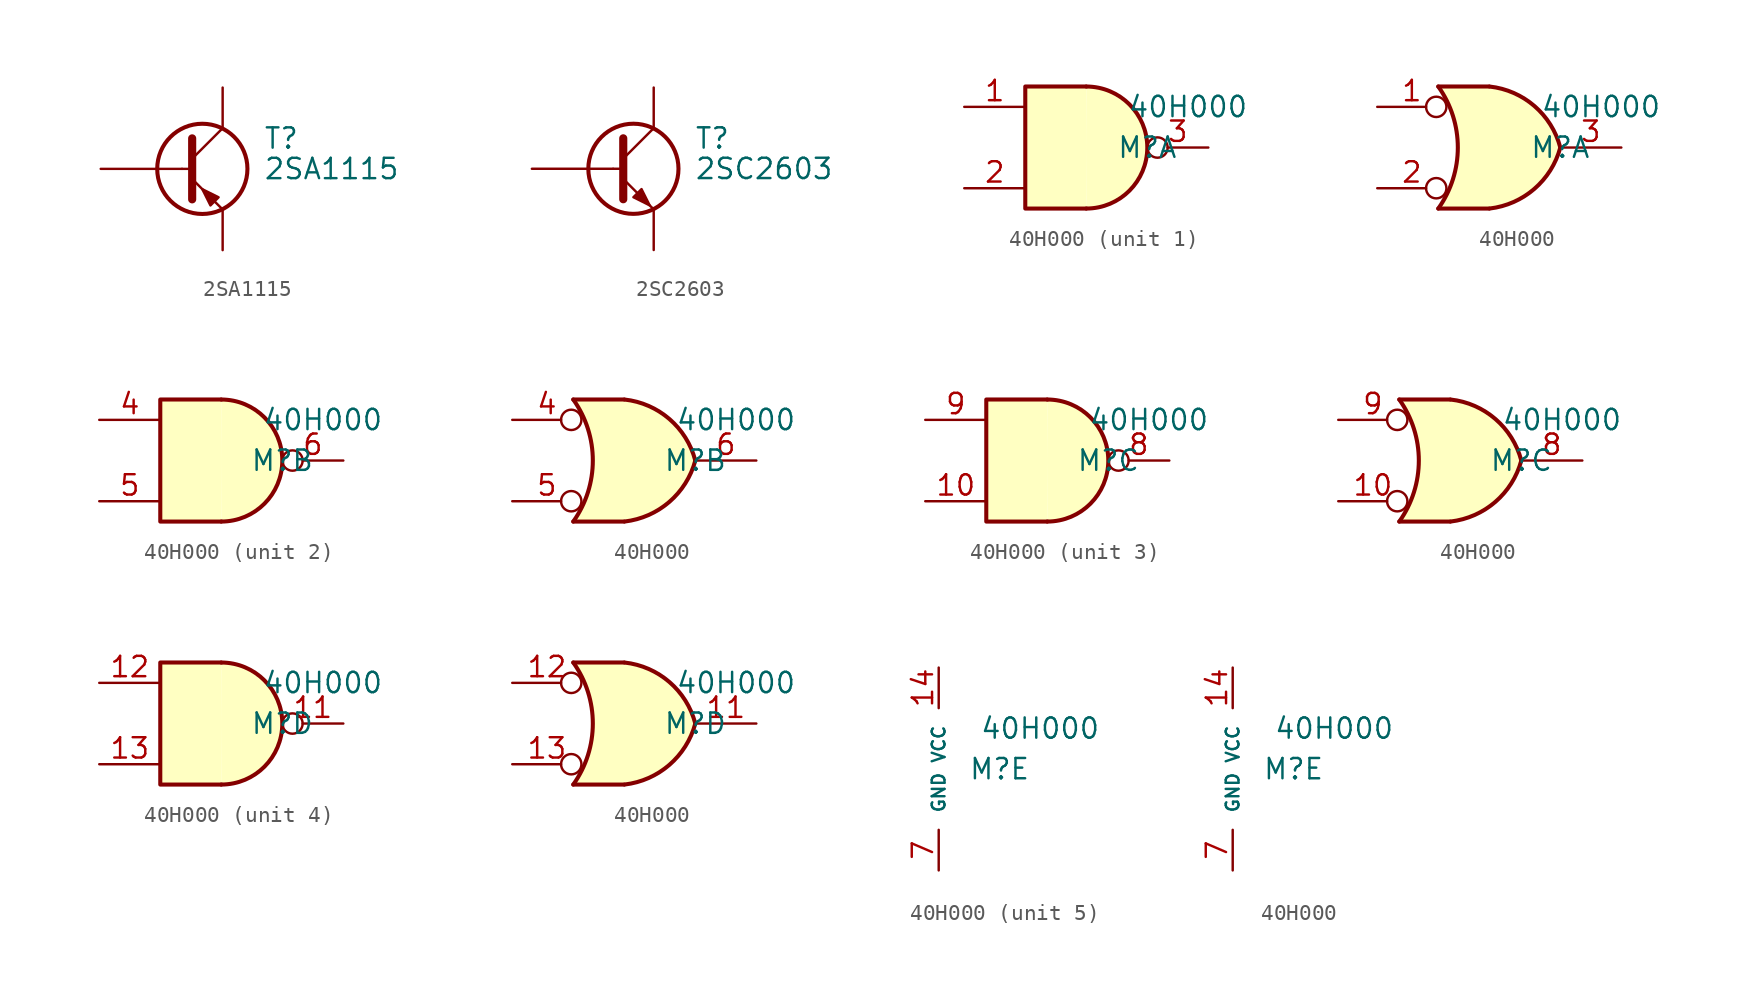
<source format=kicad_sym>
(kicad_symbol_lib
  (version 20211014)
  (generator kicad_symbol_editor)
  (symbol "2SA1115"
    (pin_numbers hide)
    (pin_names
      (offset 0) hide)
    (property "Reference" "T"
      (at 5.08 1.905 0)
      (effects (font (size 1.27 1.27)) (justify left)))
    (property "Value" "2SA1115"
      (at 5.08 0 0)
      (effects (font (size 1.27 1.27)) (justify left)))
    (symbol "2SA1115_0_1"
      (polyline (pts (xy 0 0) (xy 0.635 0)) (stroke (width 0) (type default) (color 0 0 0 0)) (fill (type none)))
      (polyline (pts (xy 2.54 -2.54) (xy 0.635 -0.635)) (stroke (width 0) (type default) (color 0 0 0 0)) (fill (type none)))
      (polyline (pts (xy 2.54 2.54) (xy 0.635 0.635)) (stroke (width 0) (type default) (color 0 0 0 0)) (fill (type none)))
      (polyline (pts (xy 0.635 1.905) (xy 0.635 -1.905) (xy 0.635 -1.905)) (stroke (width 0.508) (type default) (color 0 0 0 0)) (fill (type outline)))
      (polyline (pts (xy 1.778 -2.286) (xy 2.286 -1.778) (xy 1.27 -1.27) (xy 1.778 -2.286) (xy 1.778 -2.286)) (stroke (width 0) (type default) (color 0 0 0 0)) (fill (type outline)))
      (circle (center 1.27 0) (radius 2.819) (stroke (width 0.254) (type default) (color 0 0 0 0)) (fill (type none))))
    (symbol "2SA1115_1_1"
      (pin passive line (at 2.54 -5.08 90) (length 2.54) (name "E" (effects (font (size 1.27 1.27)))) (number "1" (effects (font (size 1.27 1.27)))))
      (pin passive line (at 2.54 5.08 270) (length 2.54) (name "C" (effects (font (size 1.27 1.27)))) (number "2" (effects (font (size 1.27 1.27)))))
      (pin input line (at -5.08 0 0) (length 5.08) (name "B" (effects (font (size 1.27 1.27)))) (number "3" (effects (font (size 1.27 1.27)))))))
  (symbol "2SC2603"
    (pin_numbers hide)
    (pin_names
      (offset 0) hide)
    (property "Reference" "T"
      (at 5.08 1.905 0)
      (effects (font (size 1.27 1.27)) (justify left)))
    (property "Value" "2SC2603"
      (at 5.08 0 0)
      (effects (font (size 1.27 1.27)) (justify left)))
    (symbol "2SC2603_0_1"
      (polyline (pts (xy 0 0) (xy 0.508 0)) (stroke (width 0) (type default) (color 0 0 0 0)) (fill (type none)))
      (polyline (pts (xy 0.635 0.635) (xy 2.54 2.54)) (stroke (width 0) (type default) (color 0 0 0 0)) (fill (type none)))
      (polyline (pts (xy 0.635 -0.635) (xy 2.54 -2.54) (xy 2.54 -2.54)) (stroke (width 0) (type default) (color 0 0 0 0)) (fill (type none)))
      (polyline (pts (xy 0.635 1.905) (xy 0.635 -1.905) (xy 0.635 -1.905)) (stroke (width 0.508) (type default) (color 0 0 0 0)) (fill (type none)))
      (polyline (pts (xy 1.27 -1.778) (xy 1.778 -1.27) (xy 2.286 -2.286) (xy 1.27 -1.778) (xy 1.27 -1.778)) (stroke (width 0) (type default) (color 0 0 0 0)) (fill (type outline)))
      (circle (center 1.27 0) (radius 2.819) (stroke (width 0.254) (type default) (color 0 0 0 0)) (fill (type none))))
    (symbol "2SC2603_1_1"
      (pin passive line (at 2.54 -5.08 90) (length 2.54) (name "E" (effects (font (size 1.27 1.27)))) (number "1" (effects (font (size 1.27 1.27)))))
      (pin passive line (at 2.54 5.08 270) (length 2.54) (name "C" (effects (font (size 1.27 1.27)))) (number "2" (effects (font (size 1.27 1.27)))))
      (pin input line (at -5.08 0 0) (length 5.08) (name "B" (effects (font (size 1.27 1.27)))) (number "3" (effects (font (size 1.27 1.27)))))))
  (symbol "40H000"
    (pin_names
      (offset 1.016))
    (property "Reference" "M"
      (at 3.81 0 0)
      (effects (font (size 1.27 1.27))))
    (property "Value" "40H000"
      (at 6.35 2.54 0)
      (effects (font (size 1.27 1.27))))
    (property "ki_locked" ""
      (at 0 0 0)
      (effects (font (size 1.27 1.27))))
    (symbol "40H000_1_1"
      (arc (start 0 -3.81) (mid 3.81 0) (end 0 3.81) (stroke (width 0.254) (type default) (color 0 0 0 0)) (fill (type background)))
      (polyline (pts (xy 0 3.81) (xy -3.81 3.81) (xy -3.81 -3.81) (xy 0 -3.81)) (stroke (width 0.254) (type default) (color 0 0 0 0)) (fill (type background)))
      (pin input line (at -7.62 2.54 0) (length 3.81) (name "~" (effects (font (size 1.27 1.27)))) (number "1" (effects (font (size 1.27 1.27)))))
      (pin input line (at -7.62 -2.54 0) (length 3.81) (name "~" (effects (font (size 1.27 1.27)))) (number "2" (effects (font (size 1.27 1.27)))))
      (pin output inverted (at 7.62 0 180) (length 3.81) (name "~" (effects (font (size 1.27 1.27)))) (number "3" (effects (font (size 1.27 1.27))))))
    (symbol "40H000_1_2"
      (arc (start -3.81 -3.81) (mid -2.589 0) (end -3.81 3.81) (stroke (width 0.254) (type default) (color 0 0 0 0)) (fill (type none)))
      (arc (start -0.6096 -3.81) (mid 2.1842 -2.5851) (end 3.81 0) (stroke (width 0.254) (type default) (color 0 0 0 0)) (fill (type background)))
      (polyline (pts (xy -3.81 -3.81) (xy -0.635 -3.81)) (stroke (width 0.254) (type default) (color 0 0 0 0)) (fill (type background)))
      (polyline (pts (xy -3.81 3.81) (xy -0.635 3.81)) (stroke (width 0.254) (type default) (color 0 0 0 0)) (fill (type background)))
      (polyline (pts (xy -0.635 3.81) (xy -3.81 3.81) (xy -3.81 3.81) (xy -3.556 3.404) (xy -3.023 2.261) (xy -2.692 1.041) (xy -2.616 -0.254) (xy -2.769 -1.499) (xy -3.175 -2.718) (xy -3.81 -3.81) (xy -3.81 -3.81) (xy -0.635 -3.81)) (stroke (width -25.4) (type default) (color 0 0 0 0)) (fill (type background)))
      (arc (start 3.81 0) (mid 2.1915 2.5936) (end -0.6096 3.81) (stroke (width 0.254) (type default) (color 0 0 0 0)) (fill (type background)))
      (pin input inverted (at -7.62 2.54 0) (length 4.318) (name "~" (effects (font (size 1.27 1.27)))) (number "1" (effects (font (size 1.27 1.27)))))
      (pin input inverted (at -7.62 -2.54 0) (length 4.318) (name "~" (effects (font (size 1.27 1.27)))) (number "2" (effects (font (size 1.27 1.27)))))
      (pin output line (at 7.62 0 180) (length 3.81) (name "~" (effects (font (size 1.27 1.27)))) (number "3" (effects (font (size 1.27 1.27))))))
    (symbol "40H000_2_1"
      (arc (start 0 -3.81) (mid 3.81 0) (end 0 3.81) (stroke (width 0.254) (type default) (color 0 0 0 0)) (fill (type background)))
      (polyline (pts (xy 0 3.81) (xy -3.81 3.81) (xy -3.81 -3.81) (xy 0 -3.81)) (stroke (width 0.254) (type default) (color 0 0 0 0)) (fill (type background)))
      (pin input line (at -7.62 2.54 0) (length 3.81) (name "~" (effects (font (size 1.27 1.27)))) (number "4" (effects (font (size 1.27 1.27)))))
      (pin input line (at -7.62 -2.54 0) (length 3.81) (name "~" (effects (font (size 1.27 1.27)))) (number "5" (effects (font (size 1.27 1.27)))))
      (pin output inverted (at 7.62 0 180) (length 3.81) (name "~" (effects (font (size 1.27 1.27)))) (number "6" (effects (font (size 1.27 1.27))))))
    (symbol "40H000_2_2"
      (arc (start -3.81 -3.81) (mid -2.589 0) (end -3.81 3.81) (stroke (width 0.254) (type default) (color 0 0 0 0)) (fill (type none)))
      (arc (start -0.6096 -3.81) (mid 2.1842 -2.5851) (end 3.81 0) (stroke (width 0.254) (type default) (color 0 0 0 0)) (fill (type background)))
      (polyline (pts (xy -3.81 -3.81) (xy -0.635 -3.81)) (stroke (width 0.254) (type default) (color 0 0 0 0)) (fill (type background)))
      (polyline (pts (xy -3.81 3.81) (xy -0.635 3.81)) (stroke (width 0.254) (type default) (color 0 0 0 0)) (fill (type background)))
      (polyline (pts (xy -0.635 3.81) (xy -3.81 3.81) (xy -3.81 3.81) (xy -3.556 3.404) (xy -3.023 2.261) (xy -2.692 1.041) (xy -2.616 -0.254) (xy -2.769 -1.499) (xy -3.175 -2.718) (xy -3.81 -3.81) (xy -3.81 -3.81) (xy -0.635 -3.81)) (stroke (width -25.4) (type default) (color 0 0 0 0)) (fill (type background)))
      (arc (start 3.81 0) (mid 2.1915 2.5936) (end -0.6096 3.81) (stroke (width 0.254) (type default) (color 0 0 0 0)) (fill (type background)))
      (pin input inverted (at -7.62 2.54 0) (length 4.318) (name "~" (effects (font (size 1.27 1.27)))) (number "4" (effects (font (size 1.27 1.27)))))
      (pin input inverted (at -7.62 -2.54 0) (length 4.318) (name "~" (effects (font (size 1.27 1.27)))) (number "5" (effects (font (size 1.27 1.27)))))
      (pin output line (at 7.62 0 180) (length 3.81) (name "~" (effects (font (size 1.27 1.27)))) (number "6" (effects (font (size 1.27 1.27))))))
    (symbol "40H000_3_1"
      (arc (start 0 -3.81) (mid 3.81 0) (end 0 3.81) (stroke (width 0.254) (type default) (color 0 0 0 0)) (fill (type background)))
      (polyline (pts (xy 0 3.81) (xy -3.81 3.81) (xy -3.81 -3.81) (xy 0 -3.81)) (stroke (width 0.254) (type default) (color 0 0 0 0)) (fill (type background)))
      (pin input line (at -7.62 -2.54 0) (length 3.81) (name "~" (effects (font (size 1.27 1.27)))) (number "10" (effects (font (size 1.27 1.27)))))
      (pin output inverted (at 7.62 0 180) (length 3.81) (name "~" (effects (font (size 1.27 1.27)))) (number "8" (effects (font (size 1.27 1.27)))))
      (pin input line (at -7.62 2.54 0) (length 3.81) (name "~" (effects (font (size 1.27 1.27)))) (number "9" (effects (font (size 1.27 1.27))))))
    (symbol "40H000_3_2"
      (arc (start -3.81 -3.81) (mid -2.589 0) (end -3.81 3.81) (stroke (width 0.254) (type default) (color 0 0 0 0)) (fill (type none)))
      (arc (start -0.6096 -3.81) (mid 2.1842 -2.5851) (end 3.81 0) (stroke (width 0.254) (type default) (color 0 0 0 0)) (fill (type background)))
      (polyline (pts (xy -3.81 -3.81) (xy -0.635 -3.81)) (stroke (width 0.254) (type default) (color 0 0 0 0)) (fill (type background)))
      (polyline (pts (xy -3.81 3.81) (xy -0.635 3.81)) (stroke (width 0.254) (type default) (color 0 0 0 0)) (fill (type background)))
      (polyline (pts (xy -0.635 3.81) (xy -3.81 3.81) (xy -3.81 3.81) (xy -3.556 3.404) (xy -3.023 2.261) (xy -2.692 1.041) (xy -2.616 -0.254) (xy -2.769 -1.499) (xy -3.175 -2.718) (xy -3.81 -3.81) (xy -3.81 -3.81) (xy -0.635 -3.81)) (stroke (width -25.4) (type default) (color 0 0 0 0)) (fill (type background)))
      (arc (start 3.81 0) (mid 2.1915 2.5936) (end -0.6096 3.81) (stroke (width 0.254) (type default) (color 0 0 0 0)) (fill (type background)))
      (pin input inverted (at -7.62 -2.54 0) (length 4.318) (name "~" (effects (font (size 1.27 1.27)))) (number "10" (effects (font (size 1.27 1.27)))))
      (pin output line (at 7.62 0 180) (length 3.81) (name "~" (effects (font (size 1.27 1.27)))) (number "8" (effects (font (size 1.27 1.27)))))
      (pin input inverted (at -7.62 2.54 0) (length 4.318) (name "~" (effects (font (size 1.27 1.27)))) (number "9" (effects (font (size 1.27 1.27))))))
    (symbol "40H000_4_1"
      (arc (start 0 -3.81) (mid 3.81 0) (end 0 3.81) (stroke (width 0.254) (type default) (color 0 0 0 0)) (fill (type background)))
      (polyline (pts (xy 0 3.81) (xy -3.81 3.81) (xy -3.81 -3.81) (xy 0 -3.81)) (stroke (width 0.254) (type default) (color 0 0 0 0)) (fill (type background)))
      (pin output inverted (at 7.62 0 180) (length 3.81) (name "~" (effects (font (size 1.27 1.27)))) (number "11" (effects (font (size 1.27 1.27)))))
      (pin input line (at -7.62 2.54 0) (length 3.81) (name "~" (effects (font (size 1.27 1.27)))) (number "12" (effects (font (size 1.27 1.27)))))
      (pin input line (at -7.62 -2.54 0) (length 3.81) (name "~" (effects (font (size 1.27 1.27)))) (number "13" (effects (font (size 1.27 1.27))))))
    (symbol "40H000_4_2"
      (arc (start -3.81 -3.81) (mid -2.589 0) (end -3.81 3.81) (stroke (width 0.254) (type default) (color 0 0 0 0)) (fill (type none)))
      (arc (start -0.6096 -3.81) (mid 2.1842 -2.5851) (end 3.81 0) (stroke (width 0.254) (type default) (color 0 0 0 0)) (fill (type background)))
      (polyline (pts (xy -3.81 -3.81) (xy -0.635 -3.81)) (stroke (width 0.254) (type default) (color 0 0 0 0)) (fill (type background)))
      (polyline (pts (xy -3.81 3.81) (xy -0.635 3.81)) (stroke (width 0.254) (type default) (color 0 0 0 0)) (fill (type background)))
      (polyline (pts (xy -0.635 3.81) (xy -3.81 3.81) (xy -3.81 3.81) (xy -3.556 3.404) (xy -3.023 2.261) (xy -2.692 1.041) (xy -2.616 -0.254) (xy -2.769 -1.499) (xy -3.175 -2.718) (xy -3.81 -3.81) (xy -3.81 -3.81) (xy -0.635 -3.81)) (stroke (width -25.4) (type default) (color 0 0 0 0)) (fill (type background)))
      (arc (start 3.81 0) (mid 2.1915 2.5936) (end -0.6096 3.81) (stroke (width 0.254) (type default) (color 0 0 0 0)) (fill (type background)))
      (pin output line (at 7.62 0 180) (length 3.81) (name "~" (effects (font (size 1.27 1.27)))) (number "11" (effects (font (size 1.27 1.27)))))
      (pin input inverted (at -7.62 2.54 0) (length 4.318) (name "~" (effects (font (size 1.27 1.27)))) (number "12" (effects (font (size 1.27 1.27)))))
      (pin input inverted (at -7.62 -2.54 0) (length 4.318) (name "~" (effects (font (size 1.27 1.27)))) (number "13" (effects (font (size 1.27 1.27))))))
    (symbol "40H000_5_0"
      (pin power_in line (at 0 6.35 270) (length 2.54) (name "VCC" (effects (font (size 0.8 0.8)))) (number "14" (effects (font (size 1.27 1.27)))))
      (pin power_in line (at 0 -6.35 90) (length 2.54) (name "GND" (effects (font (size 0.8 0.8)))) (number "7" (effects (font (size 1.27 1.27))))))))
</source>
